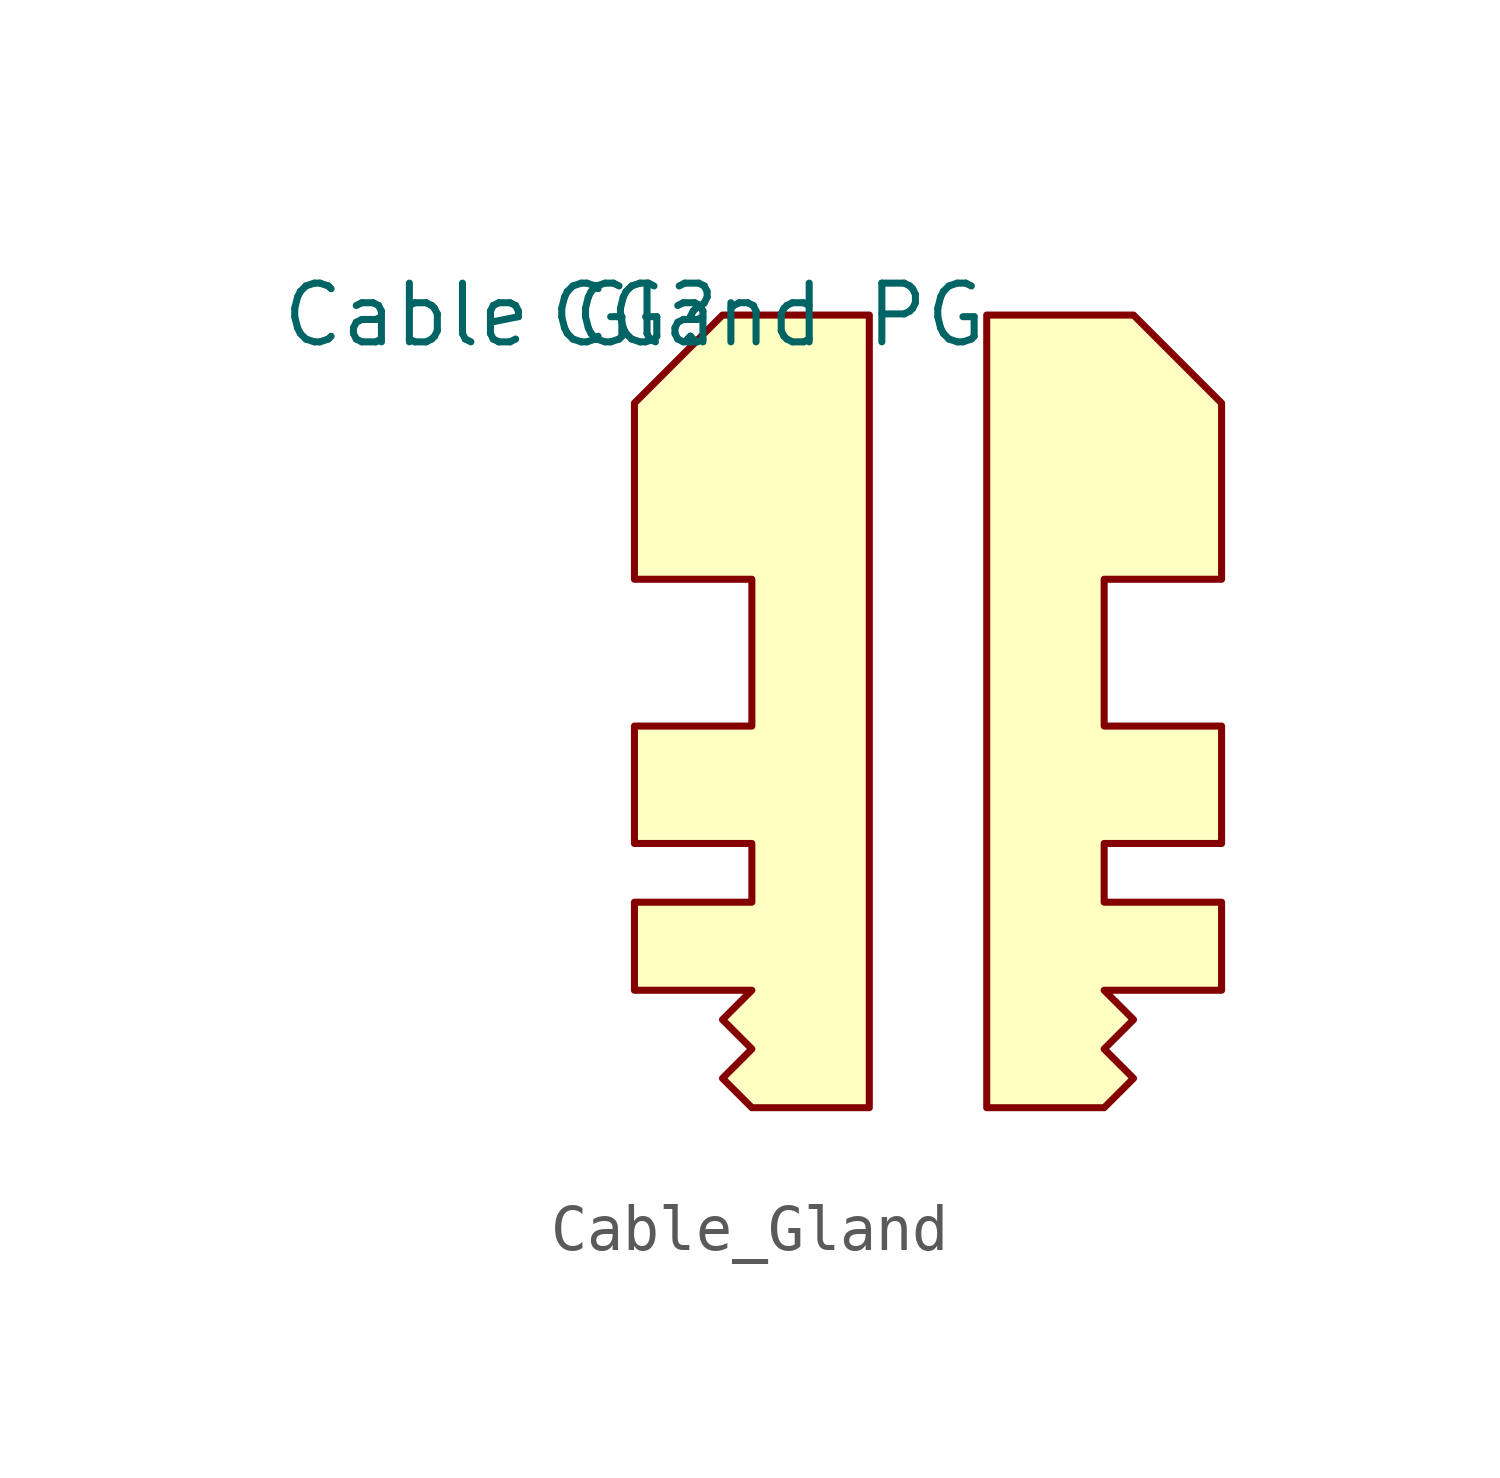
<source format=kicad_sym>
(kicad_symbol_lib
  (version 20231120)
  (generator "kicad_symbol_editor")
  (generator_version "8.0")
  (symbol "Cable_Gland"
    (property "Reference" "CG"
      (at 0 0 0)
      (effects (font (size 1.27 1.27))))
    (property "Value" "Cable Gland PG"
      (at 0 0 0)
      (effects (font (size 1.27 1.27))))
    (symbol "Cable_Gland_0_1"
      (polyline (pts (xy 0 -11.43) (xy 0 -8.89) (xy 2.54 -8.89) (xy 2.54 -5.715) (xy 0 -5.715) (xy 0 -1.905) (xy 1.905 0) (xy 5.08 0) (xy 5.08 -17.145) (xy 2.54 -17.145) (xy 1.905 -16.51) (xy 2.54 -15.875) (xy 1.905 -15.24) (xy 2.54 -14.605) (xy 0 -14.605) (xy 0 -12.7) (xy 2.54 -12.7) (xy 2.54 -11.43) (xy 0 -11.43)) (stroke (width 0) (type default)) (fill (type background)))
      (polyline (pts (xy 12.7 -11.43) (xy 12.7 -8.89) (xy 10.16 -8.89) (xy 10.16 -5.715) (xy 12.7 -5.715) (xy 12.7 -1.905) (xy 10.795 0) (xy 7.62 0) (xy 7.62 -17.145) (xy 10.16 -17.145) (xy 10.795 -16.51) (xy 10.16 -15.875) (xy 10.795 -15.24) (xy 10.16 -14.605) (xy 12.7 -14.605) (xy 12.7 -12.7) (xy 10.16 -12.7) (xy 10.16 -11.43) (xy 12.7 -11.43)) (stroke (width 0) (type default)) (fill (type background))))))
</source>
